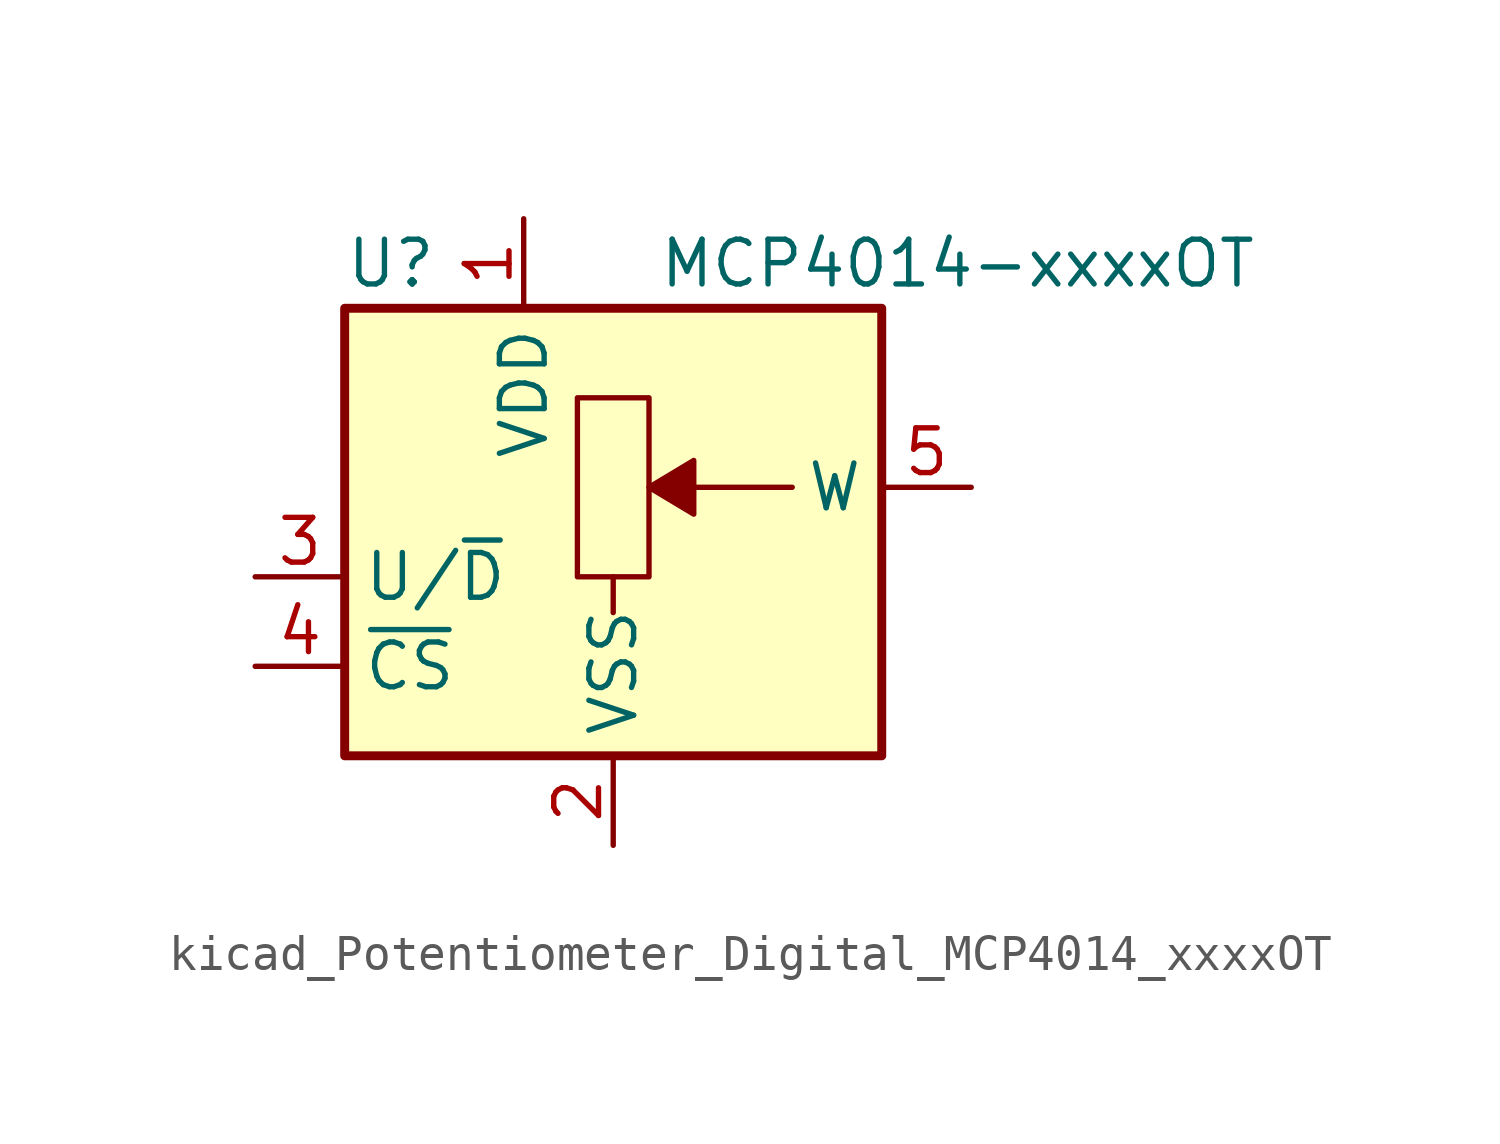
<source format=kicad_sym>
(kicad_symbol_lib
  (version 20220914)
  (generator kicad_symbol_editor)
  (symbol "kicad_Potentiometer_Digital_MCP4014_xxxxOT"
    (property "Reference" "U"
      (at -7.62 8.89 0)
      (effects (font (size 1.27 1.27)) (justify left)))
    (property "Value" "MCP4014-xxxxOT"
      (at 1.27 8.89 0)
      (effects (font (size 1.27 1.27)) (justify left)))
    (symbol "kicad_Potentiometer_Digital_MCP4014_xxxxOT_1_1"
      (rectangle (start -7.62 7.62) (end 7.62 -5.08) (stroke (width 0.254) (type default)) (fill (type background)))
      (polyline (pts (xy 0 0) (xy 0 -1.016)) (stroke (width 0) (type default)) (fill (type none)))
      (polyline (pts (xy 5.08 2.54) (xy 2.286 2.54)) (stroke (width 0) (type default)) (fill (type none)))
      (polyline (pts (xy 2.286 1.778) (xy 2.286 3.302) (xy 1.016 2.54) (xy 2.286 1.778)) (stroke (width 0) (type default)) (fill (type outline)))
      (rectangle (start 1.016 0) (end -1.016 5.08) (stroke (width 0) (type default)) (fill (type none)))
      (pin power_in line (at -2.54 10.16 270) (length 2.54) (name "VDD" (effects (font (size 1.27 1.27)))) (number "1" (effects (font (size 1.27 1.27)))))
      (pin power_in line (at 0 -7.62 90) (length 2.54) (name "VSS" (effects (font (size 1.27 1.27)))) (number "2" (effects (font (size 1.27 1.27)))))
      (pin input line (at -10.16 0 0) (length 2.54) (name "U/~{D}" (effects (font (size 1.27 1.27)))) (number "3" (effects (font (size 1.27 1.27)))))
      (pin input line (at -10.16 -2.54 0) (length 2.54) (name "~{CS}" (effects (font (size 1.27 1.27)))) (number "4" (effects (font (size 1.27 1.27)))))
      (pin passive line (at 10.16 2.54 180) (length 2.54) (name "W" (effects (font (size 1.27 1.27)))) (number "5" (effects (font (size 1.27 1.27))))))))
</source>
